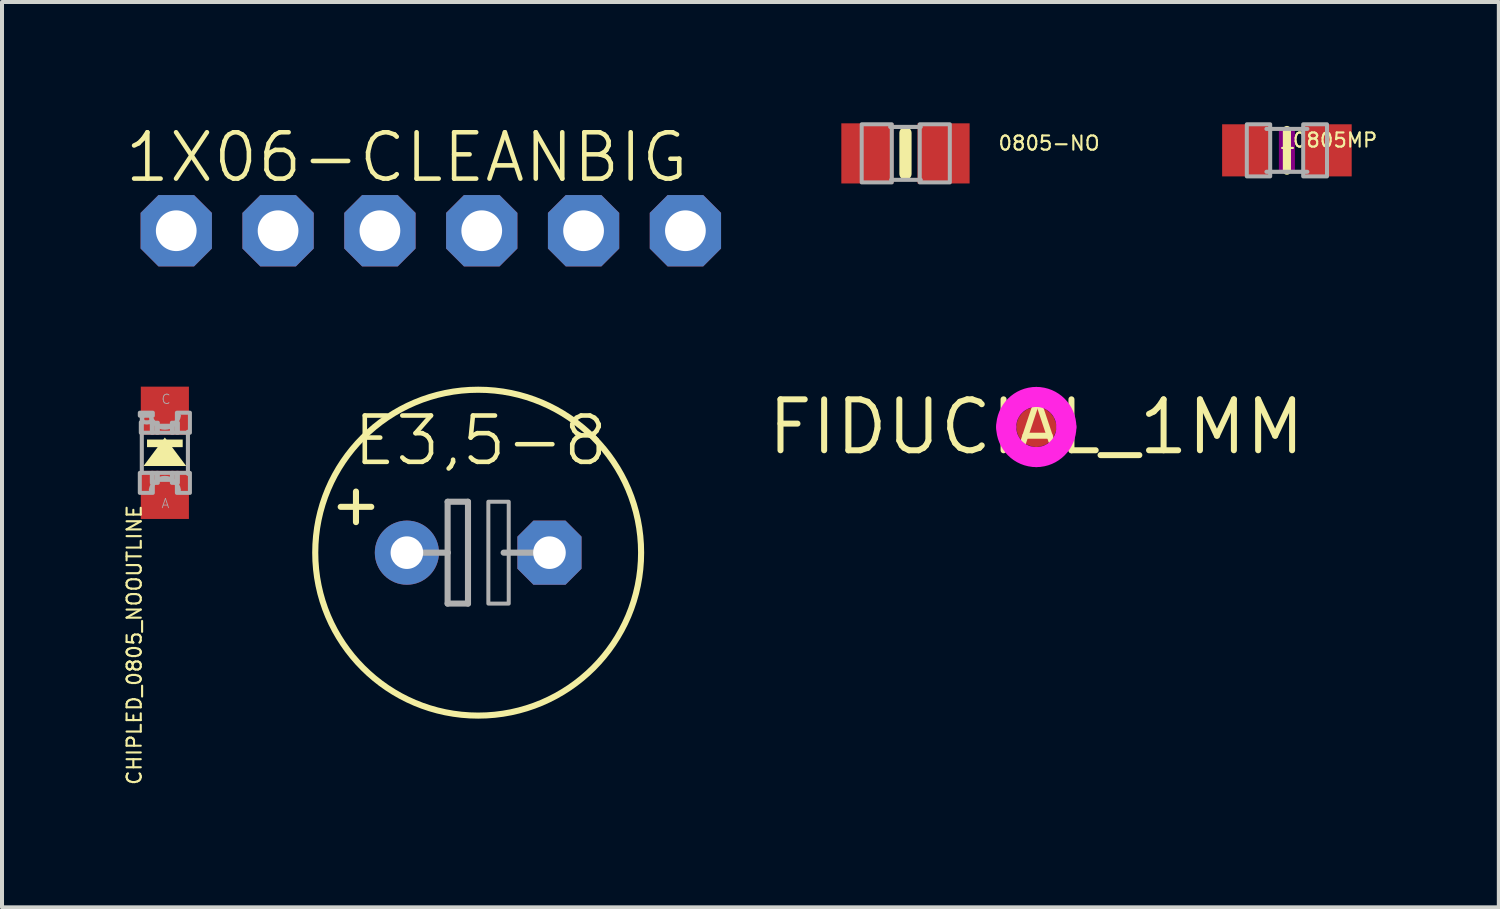
<source format=kicad_pcb>
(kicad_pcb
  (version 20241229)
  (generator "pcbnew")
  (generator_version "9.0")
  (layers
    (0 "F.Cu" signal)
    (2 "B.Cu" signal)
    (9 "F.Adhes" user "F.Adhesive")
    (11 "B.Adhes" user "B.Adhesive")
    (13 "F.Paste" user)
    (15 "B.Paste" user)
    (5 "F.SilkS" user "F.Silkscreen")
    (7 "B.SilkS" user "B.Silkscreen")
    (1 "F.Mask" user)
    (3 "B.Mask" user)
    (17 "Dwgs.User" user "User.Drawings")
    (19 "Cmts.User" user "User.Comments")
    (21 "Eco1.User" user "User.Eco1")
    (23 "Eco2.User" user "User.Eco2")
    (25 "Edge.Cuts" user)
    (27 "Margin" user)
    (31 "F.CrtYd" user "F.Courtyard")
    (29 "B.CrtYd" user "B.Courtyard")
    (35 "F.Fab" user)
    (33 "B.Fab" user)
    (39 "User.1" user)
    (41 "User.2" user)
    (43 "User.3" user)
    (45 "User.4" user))
  (footprint "1X06-CLEANBIG"
    (layer "F.Cu")
    (at 7.696 2.705)
    (property "Reference" "1X06-CLEANBIG" (at -7.696 -1.829 0) (layer "F.SilkS") (effects (font (size 1.156 1.156) (thickness 0.114)) (justify left)))
    (fp_poly (pts (xy -6.604 0.254) (xy -6.096 0.254) (xy -6.096 -0.254) (xy -6.604 -0.254)) (stroke (width 0.1) (type solid)) (fill no) (layer "F.Fab"))
    (fp_poly (pts (xy -4.064 0.254) (xy -3.556 0.254) (xy -3.556 -0.254) (xy -4.064 -0.254)) (stroke (width 0.1) (type solid)) (fill no) (layer "F.Fab"))
    (fp_poly (pts (xy -1.524 0.254) (xy -1.016 0.254) (xy -1.016 -0.254) (xy -1.524 -0.254)) (stroke (width 0.1) (type solid)) (fill no) (layer "F.Fab"))
    (fp_poly (pts (xy 1.016 0.254) (xy 1.524 0.254) (xy 1.524 -0.254) (xy 1.016 -0.254)) (stroke (width 0.1) (type solid)) (fill no) (layer "F.Fab"))
    (fp_poly (pts (xy 3.556 0.254) (xy 4.064 0.254) (xy 4.064 -0.254) (xy 3.556 -0.254)) (stroke (width 0.1) (type solid)) (fill no) (layer "F.Fab"))
    (fp_poly (pts (xy 6.096 0.254) (xy 6.604 0.254) (xy 6.604 -0.254) (xy 6.096 -0.254)) (stroke (width 0.1) (type solid)) (fill no) (layer "F.Fab"))
    (pad "1" thru_hole roundrect (at -6.35 0 90) (size 1.778 1.778) (drill 1.016) (layers "*.Cu" "*.Mask") (roundrect_rratio 0.25) (chamfer_ratio 0.25) (chamfer top_left top_right bottom_left bottom_right))
    (pad "2" thru_hole roundrect (at -3.81 0 90) (size 1.778 1.778) (drill 1.016) (layers "*.Cu" "*.Mask") (roundrect_rratio 0.25) (chamfer_ratio 0.25) (chamfer top_left top_right bottom_left bottom_right))
    (pad "3" thru_hole roundrect (at -1.27 0 90) (size 1.778 1.778) (drill 1.016) (layers "*.Cu" "*.Mask") (roundrect_rratio 0.25) (chamfer_ratio 0.25) (chamfer top_left top_right bottom_left bottom_right))
    (pad "4" thru_hole roundrect (at 1.27 0 90) (size 1.778 1.778) (drill 1.016) (layers "*.Cu" "*.Mask") (roundrect_rratio 0.25) (chamfer_ratio 0.25) (chamfer top_left top_right bottom_left bottom_right))
    (pad "5" thru_hole roundrect (at 3.81 0 90) (size 1.778 1.778) (drill 1.016) (layers "*.Cu" "*.Mask") (roundrect_rratio 0.25) (chamfer_ratio 0.25) (chamfer top_left top_right bottom_left bottom_right))
    (pad "6" thru_hole roundrect (at 6.35 0 90) (size 1.778 1.778) (drill 1.016) (layers "*.Cu" "*.Mask") (roundrect_rratio 0.25) (chamfer_ratio 0.25) (chamfer top_left top_right bottom_left bottom_right)))
  (footprint "_0805MP"
    (layer "F.Cu")
    (at 29.049 0.7)
    (property "Reference" "_0805MP" (at 2.286 -0.254 180) (layer "F.SilkS") (effects (font (size 0.353 0.353) (thickness 0.053)) (justify right)))
    (fp_line (start 0 -0.508) (end 0 0.508) (stroke (width 0.203) (type solid)) (layer "F.SilkS"))
    (fp_poly (pts (xy -0.2 0.5) (xy 0.2 0.5) (xy 0.2 -0.5) (xy -0.2 -0.5)) (stroke (width 0) (type solid)) (fill yes) (layer "F.Adhes"))
    (fp_line (start -0.51 -0.535) (end 0.51 -0.535) (stroke (width 0.102) (type solid)) (layer "F.Fab"))
    (fp_line (start -0.51 0.535) (end 0.51 0.535) (stroke (width 0.102) (type solid)) (layer "F.Fab"))
    (fp_poly (pts (xy -1 0.65) (xy -0.417 0.65) (xy -0.417 -0.65) (xy -1 -0.65)) (stroke (width 0.1) (type solid)) (fill no) (layer "F.Fab"))
    (fp_poly (pts (xy 0.406 0.65) (xy 1 0.65) (xy 1 -0.65) (xy 0.406 -0.65)) (stroke (width 0.1) (type solid)) (fill no) (layer "F.Fab"))
    (pad "1" smd rect (at -1.016 0) (size 1.2 1.3) (layers "F.Cu" "F.Mask" "F.Paste"))
    (pad "2" smd rect (at 1.016 0) (size 1.2 1.3) (layers "F.Cu" "F.Mask" "F.Paste")))
  (footprint "E3,5-8"
    (layer "F.Cu")
    (at 8.877 10.735)
    (property "Reference" "E3,5-8" (at 3.302 -2.794 180) (layer "F.SilkS") (effects (font (size 1.156 1.156) (thickness 0.114)) (justify right)))
    (fp_line (start -3.429 -1.143) (end -2.667 -1.143) (stroke (width 0.152) (type solid)) (layer "F.SilkS"))
    (fp_line (start -3.048 -0.762) (end -3.048 -1.524) (stroke (width 0.152) (type solid)) (layer "F.SilkS"))
    (fp_circle (center 0 0) (end 4.064 0) (stroke (width 0.152) (type solid)) (fill no) (layer "F.SilkS"))
    (fp_line (start -1.651 0) (end -0.762 0) (stroke (width 0.152) (type solid)) (layer "F.Fab"))
    (fp_line (start -0.762 -1.27) (end -0.762 0) (stroke (width 0.152) (type solid)) (layer "F.Fab"))
    (fp_line (start -0.762 0) (end -0.762 1.27) (stroke (width 0.152) (type solid)) (layer "F.Fab"))
    (fp_line (start -0.762 1.27) (end -0.254 1.27) (stroke (width 0.152) (type solid)) (layer "F.Fab"))
    (fp_line (start -0.254 -1.27) (end -0.762 -1.27) (stroke (width 0.152) (type solid)) (layer "F.Fab"))
    (fp_line (start -0.254 1.27) (end -0.254 -1.27) (stroke (width 0.152) (type solid)) (layer "F.Fab"))
    (fp_line (start 0.635 0) (end 1.651 0) (stroke (width 0.152) (type solid)) (layer "F.Fab"))
    (fp_poly (pts (xy 0.254 1.27) (xy 0.762 1.27) (xy 0.762 -1.27) (xy 0.254 -1.27)) (stroke (width 0.1) (type solid)) (fill no) (layer "F.Fab"))
    (pad "+" thru_hole circle (at -1.778 0) (size 1.6 1.6) (drill 0.813) (layers "*.Cu" "*.Mask"))
    (pad "-" thru_hole roundrect (at 1.778 0) (size 1.6 1.6) (drill 0.813) (layers "*.Cu" "*.Mask") (roundrect_rratio 0.25) (chamfer_ratio 0.25) (chamfer top_left top_right bottom_left bottom_right)))
  (footprint "FIDUCIAL_1MM"
    (layer "F.Cu")
    (at 22.798 7.601)
    (property "Reference" "FIDUCIAL_1MM" (at 0 0 0) (layer "F.SilkS") (effects (font (size 1.27 1.27) (thickness 0.15))))
    (fp_arc (start -0.75 0) (mid -0.53033 -0.53033) (end 0 -0.75) (stroke (width 0.5) (type solid)) (layer "F.Mask"))
    (fp_arc (start 0 -0.75) (mid 0.53033 -0.53033) (end 0.75 0) (stroke (width 0.5) (type solid)) (layer "F.Mask"))
    (fp_arc (start 0 0.75) (mid -0.53033 0.53033) (end -0.75 0) (stroke (width 0.5) (type solid)) (layer "F.Mask"))
    (fp_arc (start 0.75 0) (mid 0.53033 0.53033) (end 0 0.75) (stroke (width 0.5) (type solid)) (layer "F.Mask"))
    (fp_arc (start -0.75 0) (mid -0.53033 -0.53033) (end 0 -0.75) (stroke (width 0.5) (type solid)) (layer "F.CrtYd"))
    (fp_arc (start 0 -0.75) (mid 0.53033 -0.53033) (end 0.75 0) (stroke (width 0.5) (type solid)) (layer "F.CrtYd"))
    (fp_arc (start 0 0.75) (mid -0.53033 0.53033) (end -0.75 0) (stroke (width 0.5) (type solid)) (layer "F.CrtYd"))
    (fp_arc (start 0.75 0) (mid 0.53033 0.53033) (end 0 0.75) (stroke (width 0.5) (type solid)) (layer "F.CrtYd"))
    (pad "1" smd roundrect (at 0 0) (size 1 1) (layers "F.Cu" "F.Mask") (roundrect_rratio 0.5)))
  (footprint "0805-NO"
    (layer "F.Cu")
    (at 19.535 0.776)
    (property "Reference" "0805-NO" (at 2.286 -0.254 0) (layer "F.SilkS") (effects (font (size 0.353 0.353) (thickness 0.053)) (justify left)))
    (fp_line (start 0 -0.508) (end 0 0.508) (stroke (width 0.305) (type solid)) (layer "F.SilkS"))
    (fp_line (start -0.381 -0.66) (end 0.381 -0.66) (stroke (width 0.102) (type solid)) (layer "F.Fab"))
    (fp_line (start -0.356 0.66) (end 0.381 0.66) (stroke (width 0.102) (type solid)) (layer "F.Fab"))
    (fp_poly (pts (xy -1.092 0.724) (xy -0.342 0.724) (xy -0.342 -0.726) (xy -1.092 -0.726)) (stroke (width 0.1) (type solid)) (fill no) (layer "F.Fab"))
    (fp_poly (pts (xy 0.356 0.724) (xy 1.106 0.724) (xy 1.106 -0.726) (xy 0.356 -0.726)) (stroke (width 0.1) (type solid)) (fill no) (layer "F.Fab"))
    (pad "1" smd rect (at -0.95 0) (size 1.3 1.5) (layers "F.Cu" "F.Mask" "F.Paste"))
    (pad "2" smd rect (at 0.95 0) (size 1.3 1.5) (layers "F.Cu" "F.Mask" "F.Paste")))
  (footprint "CHIPLED_0805_NOOUTLINE"
    (layer "F.Cu")
    (at 1.062 8.244)
    (property "Reference" "CHIPLED_0805_NOOUTLINE" (at -0.762 1.27 270) (layer "F.SilkS") (effects (font (size 0.353 0.353) (thickness 0.053)) (justify right)))
    (fp_poly (pts (xy 0.533 0.33) (xy -0.533 0.33) (xy 0 -0.381)) (stroke (width 0) (type solid)) (fill yes) (layer "F.SilkS"))
    (fp_poly (pts (xy -0.445 -0.141) (xy 0.445 -0.141) (xy 0.445 -0.331) (xy -0.445 -0.331)) (stroke (width 0) (type solid)) (fill yes) (layer "F.SilkS"))
    (fp_line (start -0.575 0.5) (end -0.575 -0.925) (stroke (width 0.102) (type solid)) (layer "F.Fab"))
    (fp_line (start 0.575 -0.525) (end 0.575 0.525) (stroke (width 0.102) (type solid)) (layer "F.Fab"))
    (fp_arc (start -0.35 0.925) (mid -0.000001 0.625027) (end 0.35 0.924998) (stroke (width 0.1016) (type solid)) (layer "F.Fab"))
    (fp_arc (start 0.35 -0.924998) (mid -0.000001 -0.625027) (end -0.35 -0.925) (stroke (width 0.1016) (type solid)) (layer "F.Fab"))
    (fp_circle (center -0.45 -0.85) (end -0.347 -0.85) (stroke (width 0.076) (type solid)) (fill no) (layer "F.Fab"))
    (fp_poly (pts (xy -0.625 -0.925) (xy -0.3 -0.925) (xy -0.3 -1) (xy -0.625 -1)) (stroke (width 0.1) (type solid)) (fill no) (layer "F.Fab"))
    (fp_poly (pts (xy -0.625 1) (xy -0.3 1) (xy -0.3 0.5) (xy -0.625 0.5)) (stroke (width 0.1) (type solid)) (fill no) (layer "F.Fab"))
    (fp_poly (pts (xy -0.6 -0.5) (xy -0.3 -0.5) (xy -0.3 -0.762) (xy -0.6 -0.762)) (stroke (width 0.1) (type solid)) (fill no) (layer "F.Fab"))
    (fp_poly (pts (xy -0.325 -0.5) (xy -0.175 -0.5) (xy -0.175 -0.75) (xy -0.325 -0.75)) (stroke (width 0.1) (type solid)) (fill no) (layer "F.Fab"))
    (fp_poly (pts (xy -0.325 0.75) (xy -0.175 0.75) (xy -0.175 0.5) (xy -0.325 0.5)) (stroke (width 0.1) (type solid)) (fill no) (layer "F.Fab"))
    (fp_poly (pts (xy -0.2 -0.5) (xy 0.2 -0.5) (xy 0.2 -0.675) (xy -0.2 -0.675)) (stroke (width 0.1) (type solid)) (fill no) (layer "F.Fab"))
    (fp_poly (pts (xy -0.2 0.675) (xy 0.2 0.675) (xy 0.2 0.5) (xy -0.2 0.5)) (stroke (width 0.1) (type solid)) (fill no) (layer "F.Fab"))
    (fp_poly (pts (xy 0.175 -0.5) (xy 0.325 -0.5) (xy 0.325 -0.75) (xy 0.175 -0.75)) (stroke (width 0.1) (type solid)) (fill no) (layer "F.Fab"))
    (fp_poly (pts (xy 0.175 0.75) (xy 0.325 0.75) (xy 0.325 0.5) (xy 0.175 0.5)) (stroke (width 0.1) (type solid)) (fill no) (layer "F.Fab"))
    (fp_poly (pts (xy 0.3 -0.5) (xy 0.625 -0.5) (xy 0.625 -1) (xy 0.3 -1)) (stroke (width 0.1) (type solid)) (fill no) (layer "F.Fab"))
    (fp_poly (pts (xy 0.3 1) (xy 0.625 1) (xy 0.625 0.5) (xy 0.3 0.5)) (stroke (width 0.1) (type solid)) (fill no) (layer "F.Fab"))
    (fp_text user "C" (at -0.1 -1.2 0) (layer "F.Fab") (effects (font (size 0.234 0.234) (thickness 0.02)) (justify left bottom)))
    (fp_text user "A" (at -0.1 1.4 0) (layer "F.Fab") (effects (font (size 0.234 0.234) (thickness 0.02)) (justify left bottom)))
    (pad "A" smd rect (at 0 1.05) (size 1.2 1.2) (layers "F.Cu" "F.Mask" "F.Paste"))
    (pad "C" smd rect (at 0 -1.05) (size 1.2 1.2) (layers "F.Cu" "F.Mask" "F.Paste")))
  (gr_rect
    (start -3 -3)
    (end 34.335 19.581)
    (stroke (width 0.1) (type default))
    (fill no)
    (layer "Edge.Cuts")))
</source>
